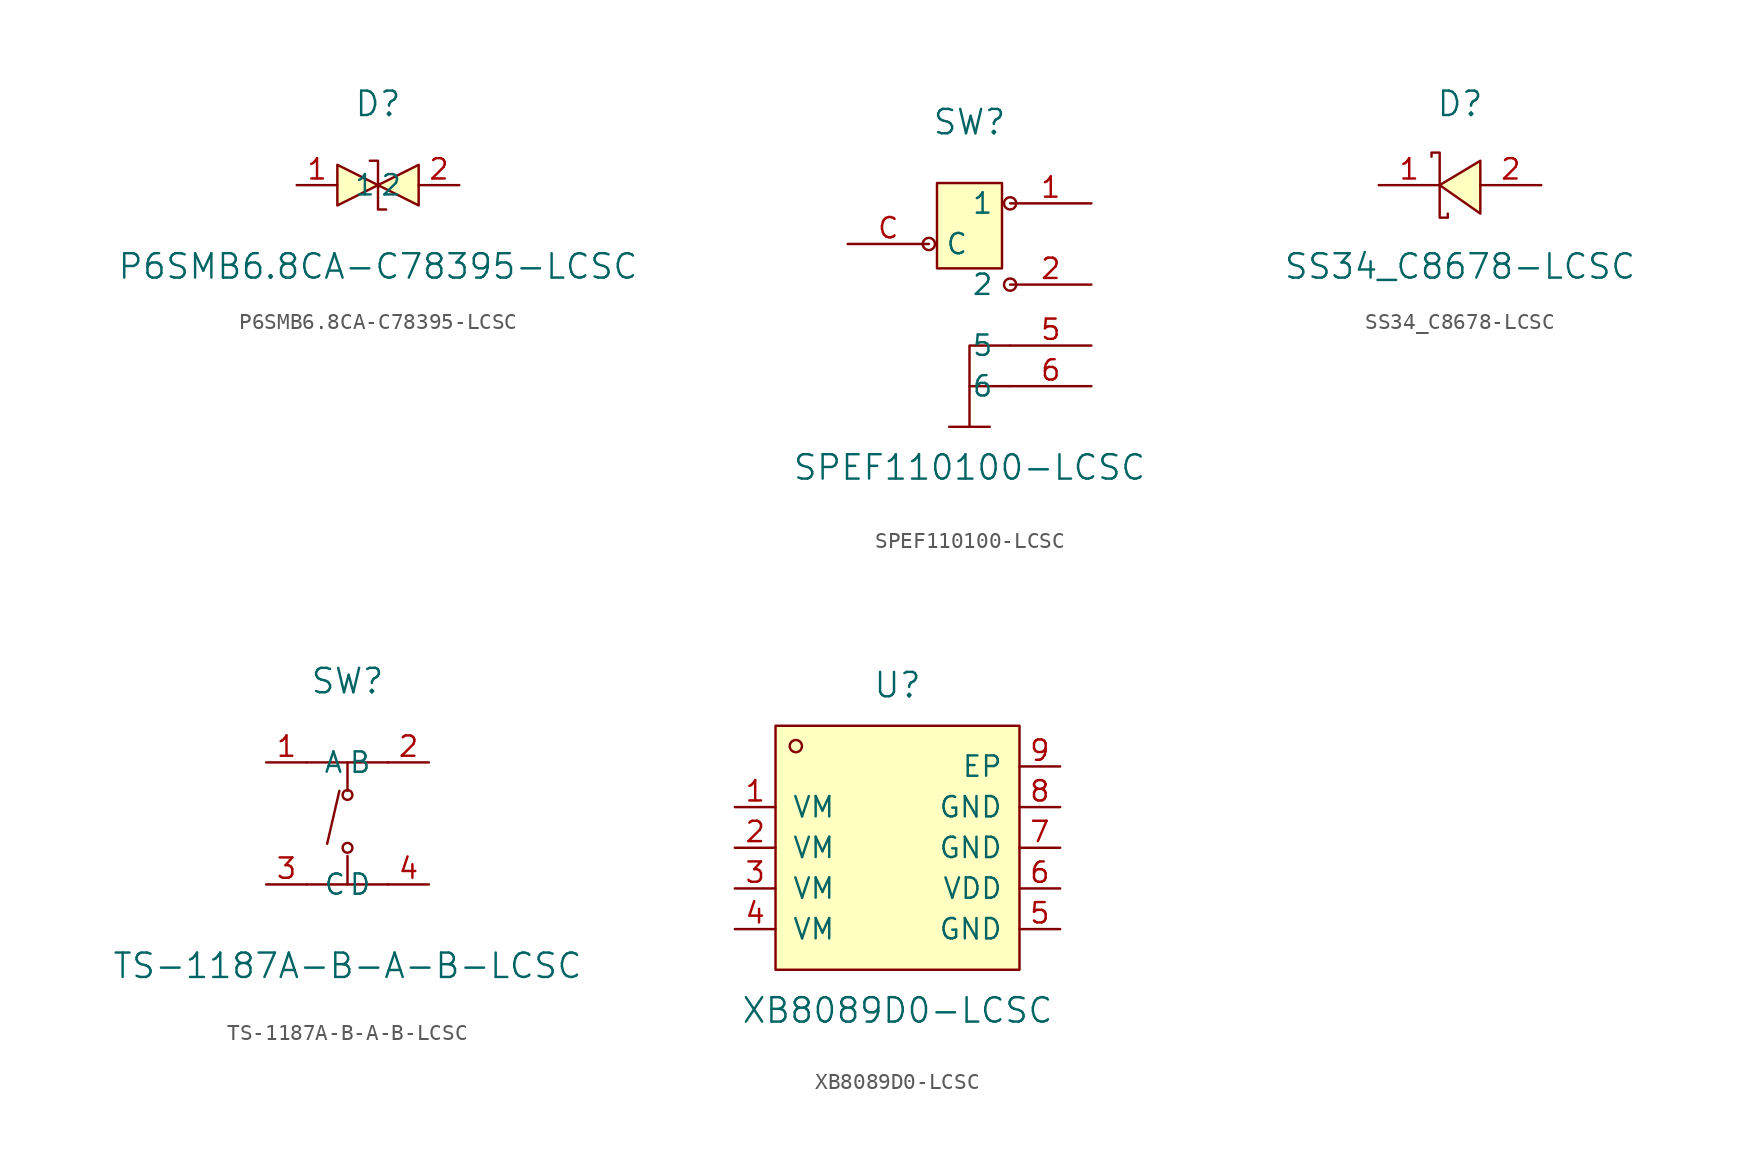
<source format=kicad_sym>
(kicad_symbol_lib
  (version 20211014)
  (generator kicad_symbol_editor)
  (symbol "P6SMB6.8CA-C78395-LCSC"
    (pin_names
      (offset 1.016))
    (property "Reference" "D"
      (at 0 5.08 0)
      (effects (font (size 1.524 1.524))))
    (property "Value" "P6SMB6.8CA-C78395-LCSC"
      (at 0 -5.08 0)
      (effects (font (size 1.524 1.524))))
    (property "ki_locked" ""
      (at 0 0 0)
      (effects (font (size 1.27 1.27))))
    (symbol "P6SMB6.8CA-C78395-LCSC_1_1"
      (polyline (pts (xy -2.54 1.27) (xy 0 0) (xy -2.54 -1.27) (xy -2.54 1.27)) (stroke (width 0) (type default) (color 0 0 0 0)) (fill (type background)))
      (polyline (pts (xy 2.54 1.27) (xy 0 0) (xy 2.54 -1.27) (xy 2.54 1.27)) (stroke (width 0) (type default) (color 0 0 0 0)) (fill (type background)))
      (polyline (pts (xy -0.508 1.524) (xy -0.508 1.524) (xy 0 1.524) (xy 0 -1.524) (xy 0.508 -1.524) (xy 0.508 -1.524)) (stroke (width 0) (type default) (color 0 0 0 0)) (fill (type none)))
      (pin passive line (at -5.08 0 0) (length 2.54) (name "1" (effects (font (size 1.27 1.27)))) (number "1" (effects (font (size 1.27 1.27)))))
      (pin passive line (at 5.08 0 180) (length 2.54) (name "2" (effects (font (size 1.27 1.27)))) (number "2" (effects (font (size 1.27 1.27)))))))
  (symbol "SPEF110100-LCSC"
    (pin_names
      (offset 1.016))
    (property "Reference" "SW"
      (at 0 6.35 0)
      (effects (font (size 1.524 1.524))))
    (property "Value" "SPEF110100-LCSC"
      (at 0 -15.24 0)
      (effects (font (size 1.524 1.524))))
    (property "ki_locked" ""
      (at 0 0 0)
      (effects (font (size 1.27 1.27))))
    (symbol "SPEF110100-LCSC_1_1"
      (circle (center -2.54 -1.27) (radius 0.381) (stroke (width 0) (type default) (color 0 0 0 0)) (fill (type none)))
      (rectangle (start -2.032 2.54) (end 2.032 -2.794) (stroke (width 0) (type default) (color 0 0 0 0)) (fill (type background)))
      (polyline (pts (xy -1.27 -12.7) (xy 1.27 -12.7)) (stroke (width 0) (type default) (color 0 0 0 0)) (fill (type none)))
      (polyline (pts (xy 0 -10.16) (xy 0 -12.7)) (stroke (width 0) (type default) (color 0 0 0 0)) (fill (type none)))
      (polyline (pts (xy 2.54 -7.62) (xy 0 -7.62) (xy 0 -10.16) (xy 2.54 -10.16)) (stroke (width 0) (type default) (color 0 0 0 0)) (fill (type none)))
      (circle (center 2.54 -3.81) (radius 0.381) (stroke (width 0) (type default) (color 0 0 0 0)) (fill (type none)))
      (circle (center 2.54 1.27) (radius 0.381) (stroke (width 0) (type default) (color 0 0 0 0)) (fill (type none)))
      (pin passive line (at 7.62 1.27 180) (length 5.08) (name "1" (effects (font (size 1.27 1.27)))) (number "1" (effects (font (size 1.27 1.27)))))
      (pin passive line (at 7.62 -3.81 180) (length 5.08) (name "2" (effects (font (size 1.27 1.27)))) (number "2" (effects (font (size 1.27 1.27)))))
      (pin power_in line (at 7.62 -7.62 180) (length 5.08) (name "5" (effects (font (size 1.27 1.27)))) (number "5" (effects (font (size 1.27 1.27)))))
      (pin power_in line (at 7.62 -10.16 180) (length 5.08) (name "6" (effects (font (size 1.27 1.27)))) (number "6" (effects (font (size 1.27 1.27)))))
      (pin passive line (at -7.62 -1.27 0) (length 5.08) (name "C" (effects (font (size 1.27 1.27)))) (number "C" (effects (font (size 1.27 1.27)))))))
  (symbol "SS34_C8678-LCSC"
    (pin_names
      (offset 1.016))
    (property "Reference" "D"
      (at 0 5.08 0)
      (effects (font (size 1.524 1.524))))
    (property "Value" "SS34_C8678-LCSC"
      (at 0 -5.08 0)
      (effects (font (size 1.524 1.524))))
    (property "ki_locked" ""
      (at 0 0 0)
      (effects (font (size 1.27 1.27))))
    (symbol "SS34_C8678-LCSC_1_1"
      (polyline (pts (xy -1.27 0) (xy -1.27 -2.032) (xy -0.762 -2.032) (xy -0.762 -1.778)) (stroke (width 0) (type default) (color 0 0 0 0)) (fill (type none)))
      (polyline (pts (xy -1.27 0) (xy -1.27 2.032) (xy -1.778 2.032) (xy -1.778 1.778)) (stroke (width 0) (type default) (color 0 0 0 0)) (fill (type none)))
      (polyline (pts (xy 1.27 1.524) (xy -1.27 0) (xy 1.27 -1.778) (xy 1.27 1.524)) (stroke (width 0) (type default) (color 0 0 0 0)) (fill (type background)))
      (pin passive line (at -5.08 0 0) (length 3.81) (name "~" (effects (font (size 1.27 1.27)))) (number "1" (effects (font (size 1.27 1.27)))))
      (pin passive line (at 5.08 0 180) (length 3.81) (name "~" (effects (font (size 1.27 1.27)))) (number "2" (effects (font (size 1.27 1.27)))))))
  (symbol "TS-1187A-B-A-B-LCSC"
    (pin_names
      (offset 1.016))
    (property "Reference" "SW"
      (at 0 7.62 0)
      (effects (font (size 1.524 1.524))))
    (property "Value" "TS-1187A-B-A-B-LCSC"
      (at 0 -10.16 0)
      (effects (font (size 1.524 1.524))))
    (property "ki_locked" ""
      (at 0 0 0)
      (effects (font (size 1.27 1.27))))
    (symbol "TS-1187A-B-A-B-LCSC_1_1"
      (circle (center 0 -2.794) (radius 0.305) (stroke (width 0) (type default) (color 0 0 0 0)) (fill (type none)))
      (polyline (pts (xy -2.54 -5.08) (xy 2.54 -5.08)) (stroke (width 0) (type default) (color 0 0 0 0)) (fill (type none)))
      (polyline (pts (xy -2.54 2.54) (xy 2.54 2.54)) (stroke (width 0) (type default) (color 0 0 0 0)) (fill (type none)))
      (polyline (pts (xy -0.508 0.762) (xy -1.27 -2.54)) (stroke (width 0) (type default) (color 0 0 0 0)) (fill (type none)))
      (polyline (pts (xy 0 -3.302) (xy 0 -5.08)) (stroke (width 0) (type default) (color 0 0 0 0)) (fill (type none)))
      (polyline (pts (xy 0 0.762) (xy 0 2.54)) (stroke (width 0) (type default) (color 0 0 0 0)) (fill (type none)))
      (circle (center 0 0.508) (radius 0.305) (stroke (width 0) (type default) (color 0 0 0 0)) (fill (type none)))
      (pin passive line (at -5.08 2.54 0) (length 2.54) (name "A" (effects (font (size 1.27 1.27)))) (number "1" (effects (font (size 1.27 1.27)))))
      (pin passive line (at 5.08 2.54 180) (length 2.54) (name "B" (effects (font (size 1.27 1.27)))) (number "2" (effects (font (size 1.27 1.27)))))
      (pin passive line (at -5.08 -5.08 0) (length 2.54) (name "C" (effects (font (size 1.27 1.27)))) (number "3" (effects (font (size 1.27 1.27)))))
      (pin passive line (at 5.08 -5.08 180) (length 2.54) (name "D" (effects (font (size 1.27 1.27)))) (number "4" (effects (font (size 1.27 1.27)))))))
  (symbol "XB8089D0-LCSC"
    (pin_names
      (offset 1.016))
    (property "Reference" "U"
      (at 0 10.16 0)
      (effects (font (size 1.524 1.524))))
    (property "Value" "XB8089D0-LCSC"
      (at 0 -10.16 0)
      (effects (font (size 1.524 1.524))))
    (property "ki_locked" ""
      (at 0 0 0)
      (effects (font (size 1.27 1.27))))
    (symbol "XB8089D0-LCSC_1_1"
      (rectangle (start -7.62 7.62) (end 7.62 -7.62) (stroke (width 0) (type default) (color 0 0 0 0)) (fill (type background)))
      (circle (center -6.35 6.35) (radius 0.381) (stroke (width 0) (type default) (color 0 0 0 0)) (fill (type none)))
      (pin unspecified line (at -10.16 2.54 0) (length 2.54) (name "VM" (effects (font (size 1.27 1.27)))) (number "1" (effects (font (size 1.27 1.27)))))
      (pin unspecified line (at -10.16 0 0) (length 2.54) (name "VM" (effects (font (size 1.27 1.27)))) (number "2" (effects (font (size 1.27 1.27)))))
      (pin unspecified line (at -10.16 -2.54 0) (length 2.54) (name "VM" (effects (font (size 1.27 1.27)))) (number "3" (effects (font (size 1.27 1.27)))))
      (pin unspecified line (at -10.16 -5.08 0) (length 2.54) (name "VM" (effects (font (size 1.27 1.27)))) (number "4" (effects (font (size 1.27 1.27)))))
      (pin unspecified line (at 10.16 -5.08 180) (length 2.54) (name "GND" (effects (font (size 1.27 1.27)))) (number "5" (effects (font (size 1.27 1.27)))))
      (pin unspecified line (at 10.16 -2.54 180) (length 2.54) (name "VDD" (effects (font (size 1.27 1.27)))) (number "6" (effects (font (size 1.27 1.27)))))
      (pin unspecified line (at 10.16 0 180) (length 2.54) (name "GND" (effects (font (size 1.27 1.27)))) (number "7" (effects (font (size 1.27 1.27)))))
      (pin unspecified line (at 10.16 2.54 180) (length 2.54) (name "GND" (effects (font (size 1.27 1.27)))) (number "8" (effects (font (size 1.27 1.27)))))
      (pin unspecified line (at 10.16 5.08 180) (length 2.54) (name "EP" (effects (font (size 1.27 1.27)))) (number "9" (effects (font (size 1.27 1.27))))))))
</source>
